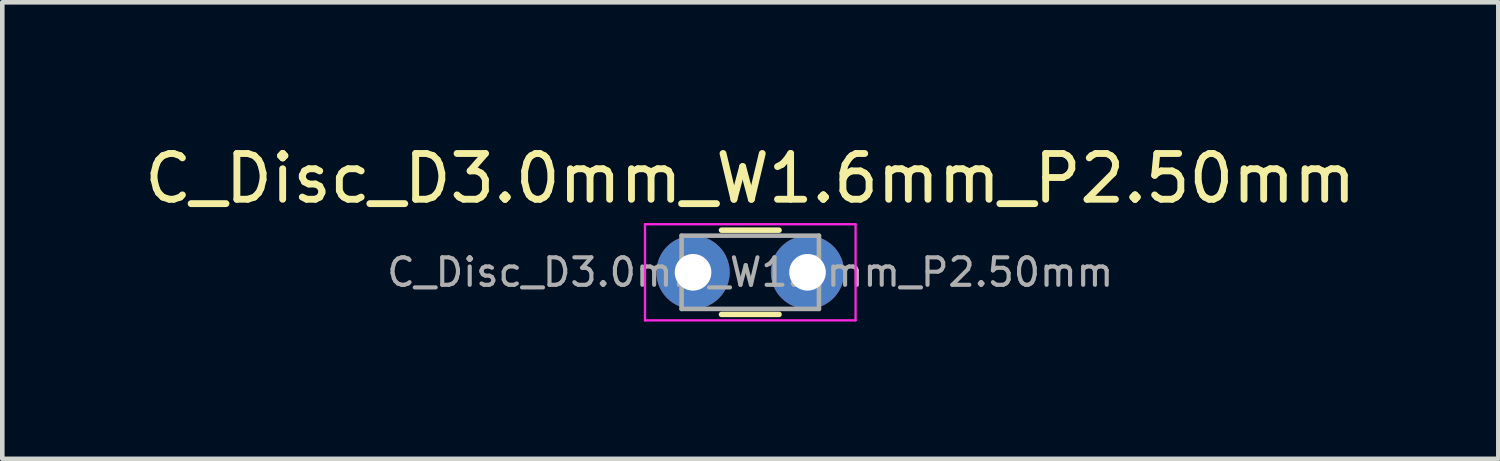
<source format=kicad_pcb>
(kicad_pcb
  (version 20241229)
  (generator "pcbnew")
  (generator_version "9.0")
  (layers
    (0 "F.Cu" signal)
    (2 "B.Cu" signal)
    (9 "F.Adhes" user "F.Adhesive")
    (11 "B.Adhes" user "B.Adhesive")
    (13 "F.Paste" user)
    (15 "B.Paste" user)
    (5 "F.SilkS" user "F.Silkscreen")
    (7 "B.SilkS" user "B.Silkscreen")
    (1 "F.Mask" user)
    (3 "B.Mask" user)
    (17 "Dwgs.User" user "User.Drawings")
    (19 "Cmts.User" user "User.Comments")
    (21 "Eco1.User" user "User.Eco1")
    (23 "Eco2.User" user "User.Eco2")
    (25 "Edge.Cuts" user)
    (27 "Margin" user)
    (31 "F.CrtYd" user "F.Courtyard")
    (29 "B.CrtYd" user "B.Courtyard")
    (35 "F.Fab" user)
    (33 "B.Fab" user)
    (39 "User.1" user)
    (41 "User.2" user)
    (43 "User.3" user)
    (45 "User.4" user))
  (footprint "C_Disc_D3.0mm_W1.6mm_P2.50mm"
    (layer "F.Cu")
    (at 12.089 2.898)
    (property "Reference" "C_Disc_D3.0mm_W1.6mm_P2.50mm" (at 1.25 -2.05 0) (layer "F.SilkS") (effects (font (size 1 1) (thickness 0.15))))
    (attr through_hole)
    (fp_line (start 0.621 -0.92) (end 1.879 -0.92) (stroke (width 0.12) (type solid)) (layer "F.SilkS"))
    (fp_line (start 0.621 0.92) (end 1.879 0.92) (stroke (width 0.12) (type solid)) (layer "F.SilkS"))
    (fp_line (start -1.05 -1.05) (end -1.05 1.05) (stroke (width 0.05) (type solid)) (layer "F.CrtYd"))
    (fp_line (start -1.05 1.05) (end 3.55 1.05) (stroke (width 0.05) (type solid)) (layer "F.CrtYd"))
    (fp_line (start 3.55 -1.05) (end -1.05 -1.05) (stroke (width 0.05) (type solid)) (layer "F.CrtYd"))
    (fp_line (start 3.55 1.05) (end 3.55 -1.05) (stroke (width 0.05) (type solid)) (layer "F.CrtYd"))
    (fp_line (start -0.25 -0.8) (end -0.25 0.8) (stroke (width 0.1) (type solid)) (layer "F.Fab"))
    (fp_line (start -0.25 0.8) (end 2.75 0.8) (stroke (width 0.1) (type solid)) (layer "F.Fab"))
    (fp_line (start 2.75 -0.8) (end -0.25 -0.8) (stroke (width 0.1) (type solid)) (layer "F.Fab"))
    (fp_line (start 2.75 0.8) (end 2.75 -0.8) (stroke (width 0.1) (type solid)) (layer "F.Fab"))
    (fp_text user "${REFERENCE}" (at 1.25 0 0) (layer "F.Fab") (effects (font (size 0.6 0.6) (thickness 0.09))))
    (pad "1" thru_hole circle (at 0 0) (size 1.6 1.6) (drill 0.8) (layers "*.Cu" "*.Mask"))
    (pad "2" thru_hole circle (at 2.5 0) (size 1.6 1.6) (drill 0.8) (layers "*.Cu" "*.Mask")))
  (gr_rect
    (start -3 -3)
    (end 29.679 6.973)
    (stroke (width 0.1) (type default))
    (fill no)
    (layer "Edge.Cuts")))
</source>
